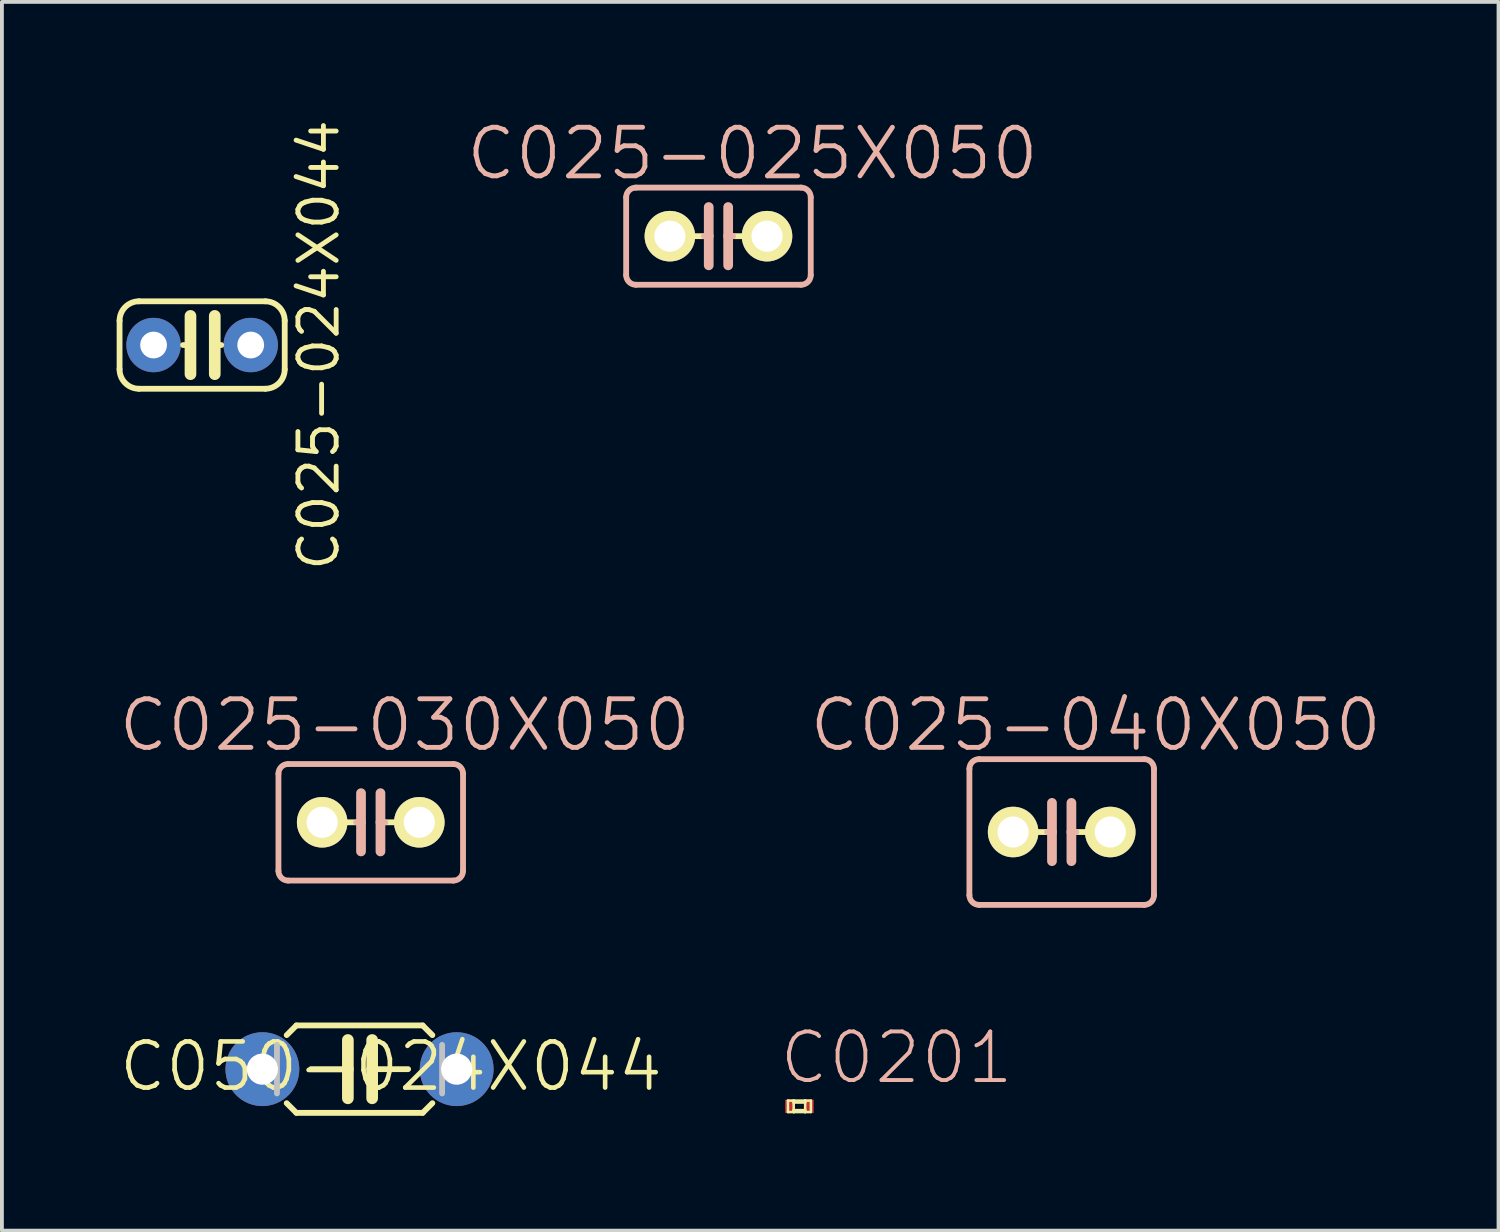
<source format=kicad_pcb>
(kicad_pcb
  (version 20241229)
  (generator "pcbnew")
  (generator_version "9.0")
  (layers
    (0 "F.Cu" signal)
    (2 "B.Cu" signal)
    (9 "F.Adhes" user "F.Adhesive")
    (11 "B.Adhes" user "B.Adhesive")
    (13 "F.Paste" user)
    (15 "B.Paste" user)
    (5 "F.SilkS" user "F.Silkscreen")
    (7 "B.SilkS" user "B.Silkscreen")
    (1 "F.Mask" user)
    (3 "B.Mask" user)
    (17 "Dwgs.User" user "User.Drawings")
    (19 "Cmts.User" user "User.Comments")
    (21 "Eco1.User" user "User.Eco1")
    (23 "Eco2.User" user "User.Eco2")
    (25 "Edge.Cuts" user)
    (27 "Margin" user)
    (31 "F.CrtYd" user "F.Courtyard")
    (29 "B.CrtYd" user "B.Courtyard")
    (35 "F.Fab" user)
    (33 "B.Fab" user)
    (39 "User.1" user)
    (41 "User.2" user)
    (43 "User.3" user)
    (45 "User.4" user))
  (footprint "C025-040X050"
    (layer "F.Cu")
    (at 24.708 18.703)
    (property "Reference" "C025-040X050" (at 0.889 -2.794 0) (layer "B.SilkS") (effects (font (size 1.27 1.27) (thickness 0.127))))
    (attr exclude_from_pos_files exclude_from_bom)
    (fp_line (start -0.381 0) (end -0.762 0) (stroke (width 0.152) (type solid)) (layer "F.SilkS"))
    (fp_line (start 0.762 0) (end 0.381 0) (stroke (width 0.152) (type solid)) (layer "F.SilkS"))
    (fp_line (start -2.413 -1.651) (end -2.413 1.651) (stroke (width 0.152) (type solid)) (layer "B.SilkS"))
    (fp_line (start -2.159 -1.905) (end 2.159 -1.905) (stroke (width 0.152) (type solid)) (layer "B.SilkS"))
    (fp_line (start -0.254 -0.762) (end -0.254 0) (stroke (width 0.254) (type solid)) (layer "B.SilkS"))
    (fp_line (start -0.254 0) (end -0.381 0) (stroke (width 0.152) (type solid)) (layer "B.SilkS"))
    (fp_line (start -0.254 0) (end -0.254 0.762) (stroke (width 0.254) (type solid)) (layer "B.SilkS"))
    (fp_line (start 0.254 0) (end 0.254 -0.762) (stroke (width 0.254) (type solid)) (layer "B.SilkS"))
    (fp_line (start 0.254 0) (end 0.254 0.762) (stroke (width 0.254) (type solid)) (layer "B.SilkS"))
    (fp_line (start 0.381 0) (end 0.254 0) (stroke (width 0.152) (type solid)) (layer "B.SilkS"))
    (fp_line (start 2.159 1.905) (end -2.159 1.905) (stroke (width 0.152) (type solid)) (layer "B.SilkS"))
    (fp_line (start 2.413 -1.651) (end 2.413 1.651) (stroke (width 0.152) (type solid)) (layer "B.SilkS"))
    (fp_arc (start -2.413 -1.651) (mid -2.338605 -1.830605) (end -2.159 -1.905) (stroke (width 0.1524) (type solid)) (layer "B.SilkS"))
    (fp_arc (start -2.159 1.905) (mid -2.338605 1.830605) (end -2.413 1.651) (stroke (width 0.1524) (type solid)) (layer "B.SilkS"))
    (fp_arc (start 2.159 -1.905) (mid 2.338605 -1.830605) (end 2.413 -1.651) (stroke (width 0.1524) (type solid)) (layer "B.SilkS"))
    (fp_arc (start 2.413 1.651) (mid 2.338605 1.830605) (end 2.159 1.905) (stroke (width 0.1524) (type solid)) (layer "B.SilkS"))
    (pad "1" thru_hole circle (at -1.27 0) (size 1.321 1.321) (drill 0.813) (layers "*.Cu" "F.Mask" "F.SilkS" "F.Paste"))
    (pad "2" thru_hole circle (at 1.27 0) (size 1.321 1.321) (drill 0.813) (layers "*.Cu" "F.Mask" "F.SilkS" "F.Paste")))
  (footprint "C025-024X044"
    (layer "F.Cu")
    (at 2.235 5.971)
    (property "Reference" "C025-024X044" (at 3.048 0 90) (layer "F.SilkS") (effects (font (size 1 1) (thickness 0.127))))
    (attr exclude_from_pos_files exclude_from_bom)
    (fp_line (start -2.159 0.635) (end -2.159 -0.635) (stroke (width 0.152) (type solid)) (layer "F.SilkS"))
    (fp_line (start -0.5 0) (end -0.4 0) (stroke (width 0.15) (type solid)) (layer "F.SilkS"))
    (fp_line (start -0.305 -0.762) (end -0.305 0.762) (stroke (width 0.305) (type solid)) (layer "F.SilkS"))
    (fp_line (start 0.33 -0.762) (end 0.33 0.762) (stroke (width 0.305) (type solid)) (layer "F.SilkS"))
    (fp_line (start 0.5 0) (end 0.4 0) (stroke (width 0.15) (type solid)) (layer "F.SilkS"))
    (fp_line (start 1.651 -1.143) (end -1.651 -1.143) (stroke (width 0.152) (type solid)) (layer "F.SilkS"))
    (fp_line (start 1.651 1.143) (end -1.651 1.143) (stroke (width 0.152) (type solid)) (layer "F.SilkS"))
    (fp_line (start 2.159 0.635) (end 2.159 -0.635) (stroke (width 0.152) (type solid)) (layer "F.SilkS"))
    (fp_arc (start -2.159 -0.635) (mid -2.01021 -0.99421) (end -1.651 -1.143) (stroke (width 0.1524) (type solid)) (layer "F.SilkS"))
    (fp_arc (start -1.651 1.143) (mid -2.01021 0.99421) (end -2.159 0.635) (stroke (width 0.1524) (type solid)) (layer "F.SilkS"))
    (fp_arc (start 1.651 -1.143) (mid 2.01021 -0.99421) (end 2.159 -0.635) (stroke (width 0.1524) (type solid)) (layer "F.SilkS"))
    (fp_arc (start 2.159 0.635) (mid 2.01021 0.99421) (end 1.651 1.143) (stroke (width 0.1524) (type solid)) (layer "F.SilkS"))
    (pad "1" thru_hole circle (at -1.27 0) (size 1.422 1.422) (drill 0.7) (layers "*.Cu" "*.Mask"))
    (pad "2" thru_hole circle (at 1.27 0) (size 1.422 1.422) (drill 0.7) (layers "*.Cu" "*.Mask")))
  (footprint "C050-024X044"
    (layer "F.Cu")
    (at 6.35 24.903)
    (property "Reference" "C050-024X044" (at -6.35 0.635 180) (layer "F.SilkS") (effects (font (size 1.206 1.206) (thickness 0.121)) (justify left bottom)))
    (attr through_hole)
    (fp_line (start -1.651 -1.143) (end -1.905 -0.889) (stroke (width 0.15) (type solid)) (layer "F.SilkS"))
    (fp_line (start -1.651 1.143) (end -1.905 0.889) (stroke (width 0.15) (type solid)) (layer "F.SilkS"))
    (fp_line (start -1.27 0) (end -0.305 0) (stroke (width 0.152) (type solid)) (layer "F.SilkS"))
    (fp_line (start -0.305 -0.762) (end -0.305 0) (stroke (width 0.305) (type solid)) (layer "F.SilkS"))
    (fp_line (start -0.305 0) (end -0.305 0.762) (stroke (width 0.305) (type solid)) (layer "F.SilkS"))
    (fp_line (start 0.33 -0.762) (end 0.33 0) (stroke (width 0.305) (type solid)) (layer "F.SilkS"))
    (fp_line (start 0.33 0) (end 0.33 0.762) (stroke (width 0.305) (type solid)) (layer "F.SilkS"))
    (fp_line (start 1.27 0) (end 0.33 0) (stroke (width 0.152) (type solid)) (layer "F.SilkS"))
    (fp_line (start 1.651 -1.143) (end -1.651 -1.143) (stroke (width 0.152) (type solid)) (layer "F.SilkS"))
    (fp_line (start 1.651 1.143) (end -1.651 1.143) (stroke (width 0.152) (type solid)) (layer "F.SilkS"))
    (fp_line (start 1.905 -0.889) (end 1.651 -1.143) (stroke (width 0.15) (type solid)) (layer "F.SilkS"))
    (fp_line (start 1.905 0.889) (end 1.651 1.143) (stroke (width 0.15) (type solid)) (layer "F.SilkS"))
    (fp_line (start -2.159 0.635) (end -2.159 -0.635) (stroke (width 0.152) (type solid)) (layer "Dwgs.User"))
    (fp_line (start 2.159 0.635) (end 2.159 -0.635) (stroke (width 0.152) (type solid)) (layer "Dwgs.User"))
    (fp_poly (pts (xy -2.54 0.381) (xy -2.159 0.381) (xy -2.159 -0.381) (xy -2.54 -0.381)) (stroke (width 0.00012) (type solid)) (fill no) (layer "Dwgs.User"))
    (fp_poly (pts (xy 2.159 0.381) (xy 2.54 0.381) (xy 2.54 -0.381) (xy 2.159 -0.381)) (stroke (width 0.00012) (type solid)) (fill no) (layer "Dwgs.User"))
    (pad "1" thru_hole circle (at -2.54 0) (size 1.93 1.93) (drill 0.813) (layers "*.Cu" "*.Mask"))
    (pad "2" thru_hole circle (at 2.54 0) (size 1.93 1.93) (drill 0.813) (layers "*.Cu" "*.Mask")))
  (footprint "C0201"
    (layer "F.Cu")
    (at 17.851 25.875)
    (property "Reference" "C0201" (at 2.54 -1.27 0) (layer "B.SilkS") (effects (font (size 1.27 1.27) (thickness 0.102))))
    (attr smd)
    (fp_line (start -0.3 -0.15) (end -0.15 -0.15) (stroke (width 0.066) (type solid)) (layer "F.SilkS"))
    (fp_line (start -0.3 0.15) (end -0.3 -0.15) (stroke (width 0.066) (type solid)) (layer "F.SilkS"))
    (fp_line (start -0.3 0.15) (end -0.15 0.15) (stroke (width 0.066) (type solid)) (layer "F.SilkS"))
    (fp_line (start -0.15 -0.15) (end 0.15 -0.15) (stroke (width 0.066) (type solid)) (layer "F.SilkS"))
    (fp_line (start -0.15 -0.099) (end -0.15 -0.15) (stroke (width 0.066) (type solid)) (layer "F.SilkS"))
    (fp_line (start -0.15 -0.099) (end 0.15 -0.099) (stroke (width 0.066) (type solid)) (layer "F.SilkS"))
    (fp_line (start -0.15 0.099) (end 0.15 0.099) (stroke (width 0.066) (type solid)) (layer "F.SilkS"))
    (fp_line (start -0.15 0.15) (end -0.15 -0.15) (stroke (width 0.066) (type solid)) (layer "F.SilkS"))
    (fp_line (start -0.15 0.15) (end -0.15 0.099) (stroke (width 0.066) (type solid)) (layer "F.SilkS"))
    (fp_line (start -0.15 0.15) (end 0.15 0.15) (stroke (width 0.066) (type solid)) (layer "F.SilkS"))
    (fp_line (start 0.15 -0.15) (end 0.3 -0.15) (stroke (width 0.066) (type solid)) (layer "F.SilkS"))
    (fp_line (start 0.15 -0.099) (end 0.15 -0.15) (stroke (width 0.066) (type solid)) (layer "F.SilkS"))
    (fp_line (start 0.15 0.15) (end 0.15 -0.15) (stroke (width 0.066) (type solid)) (layer "F.SilkS"))
    (fp_line (start 0.15 0.15) (end 0.15 0.099) (stroke (width 0.066) (type solid)) (layer "F.SilkS"))
    (fp_line (start 0.15 0.15) (end 0.3 0.15) (stroke (width 0.066) (type solid)) (layer "F.SilkS"))
    (fp_line (start 0.3 0.15) (end 0.3 -0.15) (stroke (width 0.066) (type solid)) (layer "F.SilkS"))
    (pad "1" smd rect (at -0.249 0) (size 0.249 0.348) (layers "F.Cu" "F.Mask" "F.Paste"))
    (pad "2" smd rect (at 0.249 0) (size 0.249 0.348) (layers "F.Cu" "F.Mask" "F.Paste")))
  (footprint "C025-025X050"
    (layer "F.Cu")
    (at 15.734 3.125)
    (property "Reference" "C025-025X050" (at 0.889 -2.159 0) (layer "B.SilkS") (effects (font (size 1.27 1.27) (thickness 0.127))))
    (attr exclude_from_pos_files exclude_from_bom)
    (fp_line (start -0.381 0) (end -0.762 0) (stroke (width 0.152) (type solid)) (layer "F.SilkS"))
    (fp_line (start 0.762 0) (end 0.381 0) (stroke (width 0.152) (type solid)) (layer "F.SilkS"))
    (fp_line (start -2.413 -1.016) (end -2.413 1.016) (stroke (width 0.152) (type solid)) (layer "B.SilkS"))
    (fp_line (start -2.159 -1.27) (end 2.159 -1.27) (stroke (width 0.152) (type solid)) (layer "B.SilkS"))
    (fp_line (start -0.254 -0.762) (end -0.254 0) (stroke (width 0.254) (type solid)) (layer "B.SilkS"))
    (fp_line (start -0.254 0) (end -0.381 0) (stroke (width 0.152) (type solid)) (layer "B.SilkS"))
    (fp_line (start -0.254 0) (end -0.254 0.762) (stroke (width 0.254) (type solid)) (layer "B.SilkS"))
    (fp_line (start 0.254 0) (end 0.254 -0.762) (stroke (width 0.254) (type solid)) (layer "B.SilkS"))
    (fp_line (start 0.254 0) (end 0.254 0.762) (stroke (width 0.254) (type solid)) (layer "B.SilkS"))
    (fp_line (start 0.381 0) (end 0.254 0) (stroke (width 0.152) (type solid)) (layer "B.SilkS"))
    (fp_line (start 2.159 1.27) (end -2.159 1.27) (stroke (width 0.152) (type solid)) (layer "B.SilkS"))
    (fp_line (start 2.413 -1.016) (end 2.413 1.016) (stroke (width 0.152) (type solid)) (layer "B.SilkS"))
    (fp_arc (start -2.413 -1.016) (mid -2.338605 -1.195605) (end -2.159 -1.27) (stroke (width 0.1524) (type solid)) (layer "B.SilkS"))
    (fp_arc (start -2.159 1.27) (mid -2.338605 1.195605) (end -2.413 1.016) (stroke (width 0.1524) (type solid)) (layer "B.SilkS"))
    (fp_arc (start 2.159 -1.27) (mid 2.338605 -1.195605) (end 2.413 -1.016) (stroke (width 0.1524) (type solid)) (layer "B.SilkS"))
    (fp_arc (start 2.413 1.016) (mid 2.338605 1.195605) (end 2.159 1.27) (stroke (width 0.1524) (type solid)) (layer "B.SilkS"))
    (pad "1" thru_hole circle (at -1.27 0) (size 1.321 1.321) (drill 0.813) (layers "*.Cu" "F.Mask" "F.SilkS" "F.Paste"))
    (pad "2" thru_hole circle (at 1.27 0) (size 1.321 1.321) (drill 0.813) (layers "*.Cu" "F.Mask" "F.SilkS" "F.Paste")))
  (footprint "C025-030X050"
    (layer "F.Cu")
    (at 6.643 18.449)
    (property "Reference" "C025-030X050" (at 0.889 -2.54 0) (layer "B.SilkS") (effects (font (size 1.27 1.27) (thickness 0.127))))
    (attr exclude_from_pos_files exclude_from_bom)
    (fp_line (start -0.381 0) (end -0.762 0) (stroke (width 0.152) (type solid)) (layer "F.SilkS"))
    (fp_line (start 0.762 0) (end 0.381 0) (stroke (width 0.152) (type solid)) (layer "F.SilkS"))
    (fp_line (start -2.413 -1.27) (end -2.413 1.27) (stroke (width 0.152) (type solid)) (layer "B.SilkS"))
    (fp_line (start -2.159 -1.524) (end 2.159 -1.524) (stroke (width 0.152) (type solid)) (layer "B.SilkS"))
    (fp_line (start -0.254 -0.762) (end -0.254 0) (stroke (width 0.254) (type solid)) (layer "B.SilkS"))
    (fp_line (start -0.254 0) (end -0.381 0) (stroke (width 0.152) (type solid)) (layer "B.SilkS"))
    (fp_line (start -0.254 0) (end -0.254 0.762) (stroke (width 0.254) (type solid)) (layer "B.SilkS"))
    (fp_line (start 0.254 0) (end 0.254 -0.762) (stroke (width 0.254) (type solid)) (layer "B.SilkS"))
    (fp_line (start 0.254 0) (end 0.254 0.762) (stroke (width 0.254) (type solid)) (layer "B.SilkS"))
    (fp_line (start 0.381 0) (end 0.254 0) (stroke (width 0.152) (type solid)) (layer "B.SilkS"))
    (fp_line (start 2.159 1.524) (end -2.159 1.524) (stroke (width 0.152) (type solid)) (layer "B.SilkS"))
    (fp_line (start 2.413 -1.27) (end 2.413 1.27) (stroke (width 0.152) (type solid)) (layer "B.SilkS"))
    (fp_arc (start -2.413 -1.27) (mid -2.338605 -1.449605) (end -2.159 -1.524) (stroke (width 0.1524) (type solid)) (layer "B.SilkS"))
    (fp_arc (start -2.159 1.524) (mid -2.338605 1.449605) (end -2.413 1.27) (stroke (width 0.1524) (type solid)) (layer "B.SilkS"))
    (fp_arc (start 2.159 -1.524) (mid 2.338605 -1.449605) (end 2.413 -1.27) (stroke (width 0.1524) (type solid)) (layer "B.SilkS"))
    (fp_arc (start 2.413 1.27) (mid 2.338605 1.449605) (end 2.159 1.524) (stroke (width 0.1524) (type solid)) (layer "B.SilkS"))
    (pad "1" thru_hole circle (at -1.27 0) (size 1.321 1.321) (drill 0.813) (layers "*.Cu" "F.Mask" "F.SilkS" "F.Paste"))
    (pad "2" thru_hole circle (at 1.27 0) (size 1.321 1.321) (drill 0.813) (layers "*.Cu" "F.Mask" "F.SilkS" "F.Paste")))
  (gr_rect
    (start -3 -3)
    (end 36.129 29.125)
    (stroke (width 0.1) (type default))
    (fill no)
    (layer "Edge.Cuts")))
</source>
